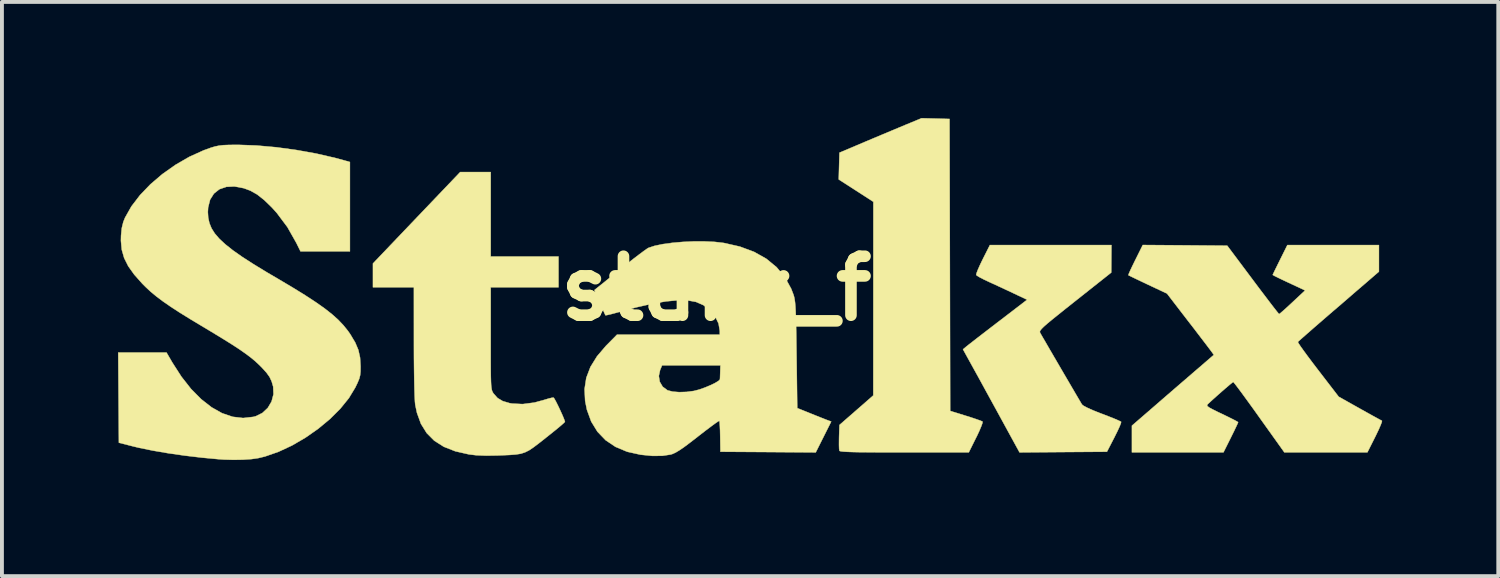
<source format=kicad_pcb>
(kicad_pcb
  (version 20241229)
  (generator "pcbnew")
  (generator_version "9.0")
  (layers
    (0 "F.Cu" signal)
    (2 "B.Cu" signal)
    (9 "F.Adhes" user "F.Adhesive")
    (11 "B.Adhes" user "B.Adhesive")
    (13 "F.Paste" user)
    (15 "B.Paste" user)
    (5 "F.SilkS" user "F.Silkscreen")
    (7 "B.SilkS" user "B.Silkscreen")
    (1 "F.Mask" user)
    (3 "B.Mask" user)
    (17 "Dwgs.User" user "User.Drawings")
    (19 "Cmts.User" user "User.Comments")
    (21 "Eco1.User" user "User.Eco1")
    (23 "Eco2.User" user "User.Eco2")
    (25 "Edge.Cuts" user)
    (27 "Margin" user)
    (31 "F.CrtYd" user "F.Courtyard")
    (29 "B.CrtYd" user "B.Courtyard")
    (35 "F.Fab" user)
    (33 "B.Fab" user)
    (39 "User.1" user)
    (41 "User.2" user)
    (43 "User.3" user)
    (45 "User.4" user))
  (footprint "stakx_fp"
    (layer "F.Cu")
    (at 16.145 4.406)
    (property "Reference" "stakx_fp" (at 0 0 0) (layer "F.SilkS") (effects (font (size 1.524 1.524) (thickness 0.3))))
    (attr through_hole)
    (fp_poly (pts (xy 4.98 -4.392) (xy 5.341 -4.382) (xy 5.35 -0.61) (xy 5.358 3.163) (xy 5.763 3.288) (xy 5.918 3.337) (xy 6.05 3.382) (xy 6.146 3.416) (xy 6.193 3.437) (xy 6.195 3.439) (xy 6.191 3.476) (xy 6.161 3.56) (xy 6.111 3.679) (xy 6.044 3.822) (xy 6.03 3.848) (xy 5.839 4.233) (xy 4.175 4.233) (xy 3.789 4.233) (xy 3.464 4.232) (xy 3.196 4.23) (xy 2.98 4.228) (xy 2.81 4.224) (xy 2.682 4.219) (xy 2.591 4.213) (xy 2.533 4.206) (xy 2.502 4.197) (xy 2.495 4.19) (xy 2.488 4.139) (xy 2.485 4.039) (xy 2.486 3.908) (xy 2.487 3.835) (xy 2.497 3.525) (xy 3.371 2.762) (xy 3.372 0.26) (xy 3.373 -2.242) (xy 2.478 -2.819) (xy 2.497 -3.511) (xy 3.158 -3.791) (xy 3.386 -3.887) (xy 3.622 -3.986) (xy 3.851 -4.082) (xy 4.054 -4.167) (xy 4.214 -4.234) (xy 4.219 -4.236) (xy 4.618 -4.401) (xy 4.98 -4.392)) (stroke (width 0.01) (type solid)) (fill yes) (layer "F.SilkS"))
    (fp_poly (pts (xy -6.515 -0.827) (xy -4.763 -0.827) (xy -4.763 -0.033) (xy -6.515 -0.033) (xy -6.515 1.285) (xy -6.515 1.615) (xy -6.515 1.885) (xy -6.514 2.102) (xy -6.512 2.273) (xy -6.508 2.403) (xy -6.503 2.501) (xy -6.495 2.571) (xy -6.486 2.622) (xy -6.473 2.658) (xy -6.458 2.688) (xy -6.441 2.714) (xy -6.338 2.829) (xy -6.204 2.909) (xy -6.024 2.962) (xy -5.964 2.972) (xy -5.688 2.986) (xy -5.384 2.946) (xy -5.132 2.877) (xy -5.02 2.843) (xy -4.933 2.822) (xy -4.891 2.818) (xy -4.867 2.85) (xy -4.825 2.927) (xy -4.772 3.033) (xy -4.716 3.152) (xy -4.663 3.269) (xy -4.622 3.367) (xy -4.599 3.431) (xy -4.597 3.444) (xy -4.622 3.471) (xy -4.691 3.532) (xy -4.796 3.62) (xy -4.929 3.728) (xy -5.083 3.85) (xy -5.093 3.859) (xy -5.27 3.998) (xy -5.41 4.104) (xy -5.525 4.181) (xy -5.63 4.233) (xy -5.739 4.268) (xy -5.866 4.288) (xy -6.025 4.3) (xy -6.231 4.309) (xy -6.333 4.313) (xy -6.635 4.318) (xy -6.886 4.308) (xy -7.078 4.285) (xy -7.429 4.205) (xy -7.727 4.088) (xy -7.973 3.932) (xy -8.169 3.735) (xy -8.318 3.495) (xy -8.421 3.211) (xy -8.465 3.003) (xy -8.473 2.922) (xy -8.48 2.783) (xy -8.486 2.593) (xy -8.491 2.359) (xy -8.495 2.09) (xy -8.498 1.791) (xy -8.499 1.472) (xy -8.499 1.381) (xy -8.5 -0.033) (xy -9.558 -0.033) (xy -9.558 -0.648) (xy -8.431 -1.829) (xy -7.303 -3.01) (xy -6.515 -3.01) (xy -6.515 -0.827)) (stroke (width 0.01) (type solid)) (fill yes) (layer "F.SilkS"))
    (fp_poly (pts (xy 9.52 -0.413) (xy 8.582 0.33) (xy 8.336 0.525) (xy 8.138 0.684) (xy 7.981 0.811) (xy 7.863 0.909) (xy 7.778 0.984) (xy 7.722 1.04) (xy 7.689 1.08) (xy 7.676 1.109) (xy 7.677 1.131) (xy 7.681 1.14) (xy 7.705 1.184) (xy 7.758 1.276) (xy 7.835 1.408) (xy 7.929 1.571) (xy 8.037 1.756) (xy 8.153 1.955) (xy 8.272 2.159) (xy 8.389 2.359) (xy 8.499 2.547) (xy 8.596 2.713) (xy 8.676 2.849) (xy 8.734 2.947) (xy 8.765 2.998) (xy 8.765 2.999) (xy 8.81 3.033) (xy 8.908 3.084) (xy 9.049 3.147) (xy 9.224 3.217) (xy 9.281 3.238) (xy 9.447 3.302) (xy 9.591 3.359) (xy 9.7 3.406) (xy 9.764 3.436) (xy 9.776 3.445) (xy 9.768 3.483) (xy 9.735 3.567) (xy 9.68 3.686) (xy 9.61 3.827) (xy 9.601 3.845) (xy 9.409 4.217) (xy 8.28 4.225) (xy 7.15 4.234) (xy 6.702 3.415) (xy 6.567 3.168) (xy 6.425 2.909) (xy 6.284 2.652) (xy 6.153 2.412) (xy 6.039 2.205) (xy 5.972 2.084) (xy 5.689 1.571) (xy 5.78 1.495) (xy 5.829 1.456) (xy 5.924 1.382) (xy 6.055 1.28) (xy 6.216 1.156) (xy 6.398 1.016) (xy 6.594 0.865) (xy 6.608 0.855) (xy 7.346 0.289) (xy 7.021 0.135) (xy 6.839 0.049) (xy 6.632 -0.047) (xy 6.435 -0.138) (xy 6.371 -0.167) (xy 6.237 -0.23) (xy 6.126 -0.287) (xy 6.053 -0.331) (xy 6.03 -0.352) (xy 6.038 -0.394) (xy 6.072 -0.483) (xy 6.126 -0.605) (xy 6.194 -0.747) (xy 6.199 -0.757) (xy 6.384 -1.124) (xy 9.525 -1.124) (xy 9.52 -0.413)) (stroke (width 0.01) (type solid)) (fill yes) (layer "F.SilkS"))
    (fp_poly (pts (xy -0.73 -1.206) (xy -0.499 -1.179) (xy -0.491 -1.178) (xy -0.076 -1.084) (xy 0.29 -0.948) (xy 0.607 -0.77) (xy 0.873 -0.551) (xy 1.088 -0.291) (xy 1.251 0.008) (xy 1.311 0.165) (xy 1.326 0.218) (xy 1.338 0.278) (xy 1.349 0.355) (xy 1.358 0.454) (xy 1.365 0.581) (xy 1.371 0.744) (xy 1.376 0.949) (xy 1.381 1.204) (xy 1.385 1.514) (xy 1.388 1.718) (xy 1.406 3.089) (xy 1.753 3.229) (xy 1.902 3.289) (xy 2.038 3.343) (xy 2.142 3.384) (xy 2.192 3.403) (xy 2.284 3.437) (xy 1.884 4.234) (xy 0.653 4.225) (xy -0.579 4.217) (xy -0.585 3.825) (xy -0.588 3.671) (xy -0.594 3.543) (xy -0.6 3.453) (xy -0.607 3.417) (xy -0.636 3.432) (xy -0.71 3.482) (xy -0.819 3.562) (xy -0.956 3.665) (xy -1.114 3.787) (xy -1.161 3.824) (xy -1.36 3.978) (xy -1.516 4.095) (xy -1.639 4.179) (xy -1.736 4.237) (xy -1.816 4.274) (xy -1.865 4.289) (xy -2.079 4.322) (xy -2.34 4.324) (xy -2.64 4.294) (xy -2.642 4.294) (xy -2.988 4.217) (xy -3.29 4.091) (xy -3.547 3.918) (xy -3.757 3.699) (xy -3.918 3.437) (xy -4.029 3.132) (xy -4.075 2.904) (xy -4.09 2.599) (xy -4.045 2.307) (xy -4.027 2.26) (xy -2.171 2.26) (xy -2.147 2.409) (xy -2.072 2.536) (xy -1.951 2.626) (xy -1.941 2.631) (xy -1.812 2.664) (xy -1.643 2.677) (xy -1.453 2.671) (xy -1.265 2.646) (xy -1.122 2.609) (xy -0.971 2.555) (xy -0.829 2.495) (xy -0.709 2.436) (xy -0.626 2.385) (xy -0.592 2.349) (xy -0.592 2.348) (xy -0.589 2.298) (xy -0.586 2.207) (xy -0.584 2.15) (xy -0.579 1.984) (xy -2.087 1.984) (xy -2.138 2.106) (xy -2.171 2.26) (xy -4.027 2.26) (xy -3.938 2.026) (xy -3.768 1.751) (xy -3.534 1.477) (xy -3.522 1.465) (xy -3.251 1.191) (xy -0.595 1.191) (xy -0.595 1.097) (xy -0.627 0.906) (xy -0.714 0.723) (xy -0.848 0.56) (xy -1.017 0.43) (xy -1.211 0.345) (xy -1.421 0.307) (xy -1.679 0.303) (xy -1.989 0.332) (xy -2.351 0.394) (xy -2.767 0.489) (xy -3.118 0.584) (xy -3.274 0.627) (xy -3.406 0.662) (xy -3.501 0.684) (xy -3.547 0.692) (xy -3.55 0.691) (xy -3.567 0.656) (xy -3.604 0.575) (xy -3.653 0.466) (xy -3.706 0.343) (xy -3.757 0.224) (xy -3.786 0.157) (xy -3.835 0.039) (xy -3.184 -0.485) (xy -3.001 -0.631) (xy -2.831 -0.765) (xy -2.68 -0.88) (xy -2.559 -0.97) (xy -2.474 -1.03) (xy -2.439 -1.051) (xy -2.282 -1.103) (xy -2.073 -1.147) (xy -1.826 -1.181) (xy -1.554 -1.205) (xy -1.272 -1.218) (xy -0.993 -1.218) (xy -0.73 -1.206)) (stroke (width 0.01) (type solid)) (fill yes) (layer "F.SilkS"))
    (fp_poly (pts (xy 11.426 -1.117) (xy 12.517 -1.108) (xy 13.179 -0.224) (xy 13.337 -0.013) (xy 13.483 0.179) (xy 13.611 0.348) (xy 13.717 0.486) (xy 13.797 0.588) (xy 13.845 0.647) (xy 13.858 0.66) (xy 13.886 0.639) (xy 13.954 0.581) (xy 14.051 0.494) (xy 14.168 0.386) (xy 14.202 0.354) (xy 14.53 0.048) (xy 14.111 -0.147) (xy 13.96 -0.218) (xy 13.833 -0.279) (xy 13.742 -0.324) (xy 13.696 -0.35) (xy 13.692 -0.352) (xy 13.706 -0.384) (xy 13.744 -0.464) (xy 13.801 -0.58) (xy 13.87 -0.72) (xy 13.882 -0.744) (xy 14.071 -1.124) (xy 16.437 -1.124) (xy 16.437 -0.437) (xy 16.115 -0.159) (xy 16.001 -0.061) (xy 15.848 0.07) (xy 15.667 0.227) (xy 15.467 0.4) (xy 15.259 0.578) (xy 15.075 0.737) (xy 14.89 0.897) (xy 14.722 1.043) (xy 14.577 1.17) (xy 14.461 1.272) (xy 14.381 1.343) (xy 14.344 1.378) (xy 14.342 1.381) (xy 14.358 1.412) (xy 14.408 1.489) (xy 14.49 1.604) (xy 14.597 1.75) (xy 14.724 1.919) (xy 14.862 2.1) (xy 15.397 2.795) (xy 15.942 3.101) (xy 16.114 3.197) (xy 16.267 3.282) (xy 16.391 3.35) (xy 16.477 3.397) (xy 16.515 3.416) (xy 16.515 3.416) (xy 16.512 3.447) (xy 16.482 3.526) (xy 16.432 3.642) (xy 16.364 3.784) (xy 16.342 3.829) (xy 16.139 4.233) (xy 13.993 4.233) (xy 13.344 3.324) (xy 13.19 3.108) (xy 13.047 2.911) (xy 12.921 2.738) (xy 12.816 2.596) (xy 12.736 2.491) (xy 12.687 2.429) (xy 12.673 2.414) (xy 12.642 2.435) (xy 12.574 2.491) (xy 12.479 2.572) (xy 12.367 2.669) (xy 12.251 2.772) (xy 12.139 2.872) (xy 12.045 2.959) (xy 12.007 2.995) (xy 11.996 3.017) (xy 12.009 3.042) (xy 12.056 3.077) (xy 12.145 3.125) (xy 12.281 3.193) (xy 12.38 3.239) (xy 12.53 3.312) (xy 12.657 3.375) (xy 12.749 3.423) (xy 12.796 3.451) (xy 12.799 3.455) (xy 12.785 3.489) (xy 12.747 3.571) (xy 12.691 3.689) (xy 12.621 3.83) (xy 12.61 3.853) (xy 12.42 4.233) (xy 10.054 4.233) (xy 10.054 3.543) (xy 10.641 3.035) (xy 10.846 2.857) (xy 11.069 2.664) (xy 11.294 2.47) (xy 11.505 2.288) (xy 11.683 2.134) (xy 11.7 2.12) (xy 12.171 1.714) (xy 12.108 1.626) (xy 12.071 1.577) (xy 12 1.483) (xy 11.901 1.353) (xy 11.779 1.194) (xy 11.642 1.014) (xy 11.502 0.834) (xy 10.96 0.129) (xy 10.466 -0.103) (xy 10.3 -0.182) (xy 10.157 -0.25) (xy 10.047 -0.303) (xy 9.978 -0.337) (xy 9.962 -0.346) (xy 9.972 -0.378) (xy 10.006 -0.457) (xy 10.061 -0.573) (xy 10.129 -0.713) (xy 10.143 -0.741) (xy 10.334 -1.125) (xy 11.426 -1.117)) (stroke (width 0.01) (type solid)) (fill yes) (layer "F.SilkS"))
    (fp_poly (pts (xy -13.031 -3.713) (xy -12.563 -3.696) (xy -12.058 -3.651) (xy -11.537 -3.58) (xy -11.02 -3.487) (xy -10.53 -3.374) (xy -10.327 -3.319) (xy -10.153 -3.27) (xy -10.153 -0.959) (xy -11.429 -0.959) (xy -11.539 -1.182) (xy -11.77 -1.59) (xy -12.042 -1.953) (xy -12.171 -2.096) (xy -12.369 -2.288) (xy -12.55 -2.431) (xy -12.729 -2.531) (xy -12.896 -2.593) (xy -13.136 -2.638) (xy -13.347 -2.628) (xy -13.526 -2.566) (xy -13.667 -2.454) (xy -13.766 -2.297) (xy -13.817 -2.096) (xy -13.824 -1.977) (xy -13.815 -1.83) (xy -13.784 -1.691) (xy -13.729 -1.556) (xy -13.645 -1.423) (xy -13.527 -1.286) (xy -13.373 -1.143) (xy -13.179 -0.989) (xy -12.939 -0.82) (xy -12.651 -0.634) (xy -12.31 -0.426) (xy -12.005 -0.247) (xy -11.631 -0.025) (xy -11.31 0.173) (xy -11.038 0.351) (xy -10.808 0.513) (xy -10.616 0.664) (xy -10.454 0.809) (xy -10.319 0.952) (xy -10.203 1.096) (xy -10.142 1.184) (xy -10.016 1.395) (xy -9.935 1.587) (xy -9.891 1.785) (xy -9.878 2.007) (xy -9.879 2.14) (xy -9.889 2.241) (xy -9.913 2.333) (xy -9.958 2.44) (xy -10.014 2.557) (xy -10.18 2.831) (xy -10.402 3.105) (xy -10.669 3.371) (xy -10.973 3.623) (xy -11.302 3.853) (xy -11.647 4.054) (xy -11.999 4.218) (xy -12.346 4.339) (xy -12.523 4.382) (xy -12.696 4.407) (xy -12.916 4.422) (xy -13.162 4.426) (xy -13.415 4.419) (xy -13.543 4.41) (xy -13.98 4.369) (xy -14.419 4.317) (xy -14.845 4.256) (xy -15.242 4.188) (xy -15.597 4.116) (xy -15.766 4.075) (xy -16.123 3.984) (xy -16.14 1.654) (xy -14.892 1.654) (xy -14.742 1.912) (xy -14.506 2.279) (xy -14.257 2.596) (xy -13.996 2.859) (xy -13.729 3.068) (xy -13.457 3.221) (xy -13.184 3.314) (xy -12.913 3.346) (xy -12.648 3.316) (xy -12.588 3.3) (xy -12.415 3.215) (xy -12.275 3.084) (xy -12.177 2.918) (xy -12.128 2.731) (xy -12.136 2.536) (xy -12.139 2.524) (xy -12.176 2.398) (xy -12.229 2.285) (xy -12.311 2.171) (xy -12.43 2.04) (xy -12.508 1.963) (xy -12.607 1.871) (xy -12.721 1.777) (xy -12.855 1.677) (xy -13.016 1.565) (xy -13.211 1.438) (xy -13.447 1.291) (xy -13.73 1.119) (xy -13.94 0.993) (xy -14.27 0.795) (xy -14.55 0.622) (xy -14.785 0.469) (xy -14.983 0.332) (xy -15.152 0.205) (xy -15.3 0.083) (xy -15.432 -0.04) (xy -15.516 -0.124) (xy -15.725 -0.359) (xy -15.88 -0.576) (xy -15.986 -0.787) (xy -16.048 -1.002) (xy -16.07 -1.234) (xy -16.067 -1.37) (xy -16.048 -1.562) (xy -16.009 -1.72) (xy -15.964 -1.832) (xy -15.799 -2.124) (xy -15.577 -2.414) (xy -15.308 -2.694) (xy -15 -2.957) (xy -14.662 -3.196) (xy -14.304 -3.403) (xy -13.934 -3.571) (xy -13.742 -3.64) (xy -13.637 -3.671) (xy -13.537 -3.692) (xy -13.425 -3.705) (xy -13.284 -3.711) (xy -13.099 -3.713) (xy -13.031 -3.713)) (stroke (width 0.01) (type solid)) (fill yes) (layer "F.SilkS")))
  (gr_rect
    (start -3 -3)
    (end 35.666 11.837)
    (stroke (width 0.1) (type default))
    (fill no)
    (layer "Edge.Cuts")))
</source>
